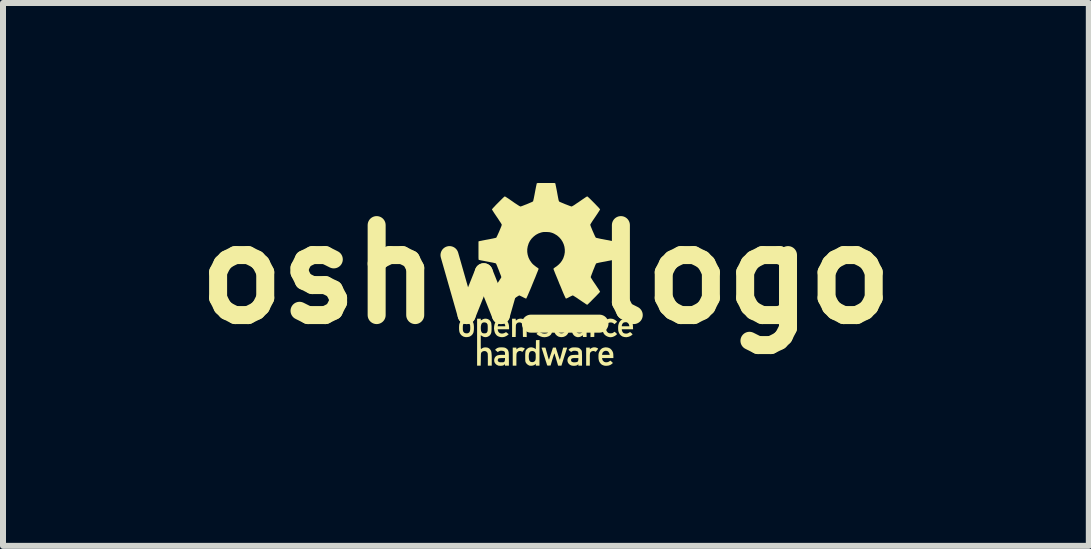
<source format=kicad_pcb>
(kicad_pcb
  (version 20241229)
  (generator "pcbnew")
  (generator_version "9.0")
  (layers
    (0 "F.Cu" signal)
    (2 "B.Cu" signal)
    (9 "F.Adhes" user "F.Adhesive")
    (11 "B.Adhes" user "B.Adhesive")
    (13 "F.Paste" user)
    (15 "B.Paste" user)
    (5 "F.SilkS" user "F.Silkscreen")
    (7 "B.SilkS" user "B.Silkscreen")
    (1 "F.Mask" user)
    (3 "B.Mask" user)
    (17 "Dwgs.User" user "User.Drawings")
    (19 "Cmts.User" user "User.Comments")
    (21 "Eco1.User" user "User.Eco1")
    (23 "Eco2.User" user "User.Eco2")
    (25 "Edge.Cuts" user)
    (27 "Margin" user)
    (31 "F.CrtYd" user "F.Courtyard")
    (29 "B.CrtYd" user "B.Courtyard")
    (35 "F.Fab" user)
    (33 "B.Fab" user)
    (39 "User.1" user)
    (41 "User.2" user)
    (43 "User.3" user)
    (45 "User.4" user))
  (footprint "oshw_logo"
    (layer "F.Cu")
    (at 6.05 1.524)
    (property "Reference" "oshw_logo" (at 0 0 0) (layer "F.SilkS") (effects (font (size 1.5 1.5) (thickness 0.3))))
    (attr board_only exclude_from_pos_files exclude_from_bom)
    (fp_poly (pts (xy 0.847 1.223) (xy 0.868 1.234) (xy 0.87 1.237) (xy 0.868 1.242) (xy 0.863 1.251) (xy 0.852 1.264) (xy 0.852 1.265) (xy 0.83 1.291) (xy 0.815 1.283) (xy 0.796 1.277) (xy 0.777 1.278) (xy 0.759 1.285) (xy 0.744 1.298) (xy 0.738 1.307) (xy 0.736 1.312) (xy 0.735 1.318) (xy 0.734 1.326) (xy 0.733 1.338) (xy 0.732 1.353) (xy 0.732 1.374) (xy 0.732 1.401) (xy 0.732 1.421) (xy 0.732 1.521) (xy 0.701 1.521) (xy 0.671 1.521) (xy 0.671 1.37) (xy 0.671 1.22) (xy 0.701 1.22) (xy 0.732 1.22) (xy 0.732 1.233) (xy 0.732 1.247) (xy 0.744 1.237) (xy 0.768 1.223) (xy 0.794 1.216) (xy 0.821 1.216)) (stroke (width 0) (type solid)) (fill yes) (layer "F.SilkS"))
    (fp_poly (pts (xy 0.898 0.738) (xy 0.923 0.744) (xy 0.936 0.751) (xy 0.949 0.759) (xy 0.942 0.769) (xy 0.935 0.778) (xy 0.925 0.789) (xy 0.919 0.796) (xy 0.905 0.813) (xy 0.893 0.807) (xy 0.878 0.802) (xy 0.86 0.801) (xy 0.844 0.803) (xy 0.833 0.807) (xy 0.827 0.812) (xy 0.822 0.816) (xy 0.817 0.822) (xy 0.814 0.829) (xy 0.812 0.838) (xy 0.811 0.851) (xy 0.81 0.869) (xy 0.809 0.892) (xy 0.808 0.921) (xy 0.808 0.937) (xy 0.806 1.042) (xy 0.775 1.043) (xy 0.743 1.045) (xy 0.743 0.892) (xy 0.743 0.739) (xy 0.775 0.74) (xy 0.806 0.741) (xy 0.807 0.755) (xy 0.808 0.769) (xy 0.825 0.757) (xy 0.847 0.744) (xy 0.872 0.738)) (stroke (width 0) (type solid)) (fill yes) (layer "F.SilkS"))
    (fp_poly (pts (xy -0.379 1.222) (xy -0.371 1.225) (xy -0.36 1.231) (xy -0.353 1.235) (xy -0.351 1.238) (xy -0.353 1.242) (xy -0.359 1.25) (xy -0.368 1.261) (xy -0.372 1.266) (xy -0.393 1.292) (xy -0.405 1.284) (xy -0.423 1.277) (xy -0.442 1.277) (xy -0.46 1.283) (xy -0.475 1.295) (xy -0.483 1.307) (xy -0.486 1.313) (xy -0.488 1.318) (xy -0.489 1.325) (xy -0.49 1.333) (xy -0.491 1.345) (xy -0.491 1.361) (xy -0.492 1.382) (xy -0.492 1.409) (xy -0.492 1.422) (xy -0.492 1.521) (xy -0.522 1.521) (xy -0.553 1.521) (xy -0.553 1.37) (xy -0.553 1.22) (xy -0.522 1.22) (xy -0.492 1.22) (xy -0.492 1.235) (xy -0.492 1.251) (xy -0.476 1.238) (xy -0.455 1.224) (xy -0.43 1.217) (xy -0.405 1.216)) (stroke (width 0) (type solid)) (fill yes) (layer "F.SilkS"))
    (fp_poly (pts (xy 0.499 0.838) (xy 0.499 0.871) (xy 0.5 0.897) (xy 0.5 0.918) (xy 0.502 0.933) (xy 0.503 0.945) (xy 0.506 0.954) (xy 0.51 0.961) (xy 0.515 0.967) (xy 0.52 0.972) (xy 0.532 0.979) (xy 0.549 0.982) (xy 0.567 0.983) (xy 0.583 0.979) (xy 0.59 0.976) (xy 0.597 0.971) (xy 0.603 0.966) (xy 0.607 0.96) (xy 0.61 0.951) (xy 0.613 0.94) (xy 0.614 0.925) (xy 0.615 0.905) (xy 0.616 0.88) (xy 0.617 0.848) (xy 0.617 0.841) (xy 0.618 0.739) (xy 0.648 0.739) (xy 0.678 0.739) (xy 0.678 0.892) (xy 0.678 1.044) (xy 0.648 1.044) (xy 0.617 1.044) (xy 0.617 1.029) (xy 0.617 1.014) (xy 0.598 1.027) (xy 0.573 1.04) (xy 0.548 1.046) (xy 0.522 1.046) (xy 0.516 1.044) (xy 0.49 1.034) (xy 0.468 1.018) (xy 0.451 0.996) (xy 0.445 0.985) (xy 0.443 0.979) (xy 0.441 0.974) (xy 0.439 0.967) (xy 0.438 0.959) (xy 0.437 0.948) (xy 0.437 0.933) (xy 0.437 0.914) (xy 0.436 0.889) (xy 0.436 0.858) (xy 0.436 0.854) (xy 0.436 0.741) (xy 0.468 0.74) (xy 0.499 0.739)) (stroke (width 0) (type solid)) (fill yes) (layer "F.SilkS"))
    (fp_poly (pts (xy -0.389 0.742) (xy -0.384 0.744) (xy -0.365 0.756) (xy -0.347 0.773) (xy -0.333 0.793) (xy -0.331 0.797) (xy -0.329 0.803) (xy -0.326 0.809) (xy -0.325 0.816) (xy -0.324 0.825) (xy -0.323 0.836) (xy -0.322 0.851) (xy -0.322 0.87) (xy -0.321 0.896) (xy -0.321 0.927) (xy -0.321 0.931) (xy -0.32 1.045) (xy -0.351 1.043) (xy -0.383 1.042) (xy -0.385 0.939) (xy -0.386 0.908) (xy -0.386 0.884) (xy -0.387 0.865) (xy -0.388 0.851) (xy -0.389 0.841) (xy -0.39 0.834) (xy -0.392 0.829) (xy -0.394 0.825) (xy -0.406 0.811) (xy -0.422 0.803) (xy -0.442 0.8) (xy -0.462 0.803) (xy -0.478 0.81) (xy -0.49 0.823) (xy -0.492 0.826) (xy -0.495 0.83) (xy -0.497 0.835) (xy -0.499 0.841) (xy -0.5 0.849) (xy -0.501 0.86) (xy -0.501 0.874) (xy -0.502 0.894) (xy -0.502 0.92) (xy -0.502 0.942) (xy -0.504 1.044) (xy -0.534 1.044) (xy -0.564 1.044) (xy -0.564 0.892) (xy -0.564 0.739) (xy -0.534 0.739) (xy -0.503 0.739) (xy -0.503 0.755) (xy -0.502 0.765) (xy -0.499 0.769) (xy -0.494 0.766) (xy -0.488 0.76) (xy -0.473 0.75) (xy -0.454 0.742) (xy -0.432 0.738) (xy -0.41 0.738)) (stroke (width 0) (type solid)) (fill yes) (layer "F.SilkS"))
    (fp_poly (pts (xy 1.109 0.741) (xy 1.111 0.741) (xy 1.135 0.75) (xy 1.158 0.763) (xy 1.176 0.778) (xy 1.178 0.78) (xy 1.187 0.79) (xy 1.165 0.81) (xy 1.142 0.83) (xy 1.131 0.819) (xy 1.115 0.808) (xy 1.094 0.802) (xy 1.071 0.801) (xy 1.048 0.806) (xy 1.03 0.816) (xy 1.016 0.833) (xy 1.013 0.838) (xy 1.009 0.849) (xy 1.006 0.86) (xy 1.005 0.874) (xy 1.005 0.892) (xy 1.005 0.91) (xy 1.006 0.923) (xy 1.008 0.934) (xy 1.012 0.943) (xy 1.014 0.947) (xy 1.026 0.964) (xy 1.042 0.976) (xy 1.062 0.982) (xy 1.083 0.982) (xy 1.099 0.981) (xy 1.111 0.978) (xy 1.121 0.972) (xy 1.126 0.969) (xy 1.144 0.956) (xy 1.158 0.967) (xy 1.168 0.976) (xy 1.177 0.984) (xy 1.179 0.987) (xy 1.184 0.993) (xy 1.184 0.997) (xy 1.179 1.003) (xy 1.164 1.016) (xy 1.144 1.029) (xy 1.123 1.038) (xy 1.116 1.041) (xy 1.093 1.046) (xy 1.072 1.047) (xy 1.05 1.044) (xy 1.023 1.035) (xy 0.998 1.021) (xy 0.977 1.003) (xy 0.961 0.981) (xy 0.96 0.979) (xy 0.95 0.952) (xy 0.944 0.921) (xy 0.942 0.888) (xy 0.945 0.856) (xy 0.952 0.825) (xy 0.96 0.805) (xy 0.976 0.782) (xy 0.997 0.763) (xy 1.022 0.749) (xy 1.05 0.74) (xy 1.08 0.737)) (stroke (width 0) (type solid)) (fill yes) (layer "F.SilkS"))
    (fp_poly (pts (xy -0.722 0.739) (xy -0.694 0.746) (xy -0.669 0.759) (xy -0.655 0.769) (xy -0.638 0.789) (xy -0.625 0.816) (xy -0.617 0.847) (xy -0.614 0.884) (xy -0.614 0.889) (xy -0.614 0.915) (xy -0.709 0.915) (xy -0.804 0.915) (xy -0.802 0.929) (xy -0.795 0.951) (xy -0.783 0.968) (xy -0.768 0.979) (xy -0.746 0.986) (xy -0.722 0.986) (xy -0.697 0.98) (xy -0.674 0.968) (xy -0.673 0.966) (xy -0.668 0.964) (xy -0.664 0.964) (xy -0.657 0.967) (xy -0.648 0.975) (xy -0.643 0.979) (xy -0.62 0.997) (xy -0.638 1.013) (xy -0.661 1.028) (xy -0.688 1.04) (xy -0.717 1.046) (xy -0.746 1.046) (xy -0.769 1.042) (xy -0.79 1.035) (xy -0.806 1.027) (xy -0.819 1.017) (xy -0.825 1.011) (xy -0.842 0.989) (xy -0.854 0.963) (xy -0.861 0.933) (xy -0.865 0.901) (xy -0.863 0.869) (xy -0.863 0.865) (xy -0.804 0.865) (xy -0.741 0.865) (xy -0.678 0.865) (xy -0.678 0.854) (xy -0.681 0.84) (xy -0.689 0.824) (xy -0.7 0.811) (xy -0.709 0.804) (xy -0.726 0.798) (xy -0.746 0.797) (xy -0.764 0.8) (xy -0.774 0.805) (xy -0.788 0.818) (xy -0.797 0.837) (xy -0.802 0.853) (xy -0.804 0.865) (xy -0.863 0.865) (xy -0.858 0.838) (xy -0.848 0.809) (xy -0.834 0.784) (xy -0.824 0.771) (xy -0.802 0.754) (xy -0.777 0.743) (xy -0.75 0.738)) (stroke (width 0) (type solid)) (fill yes) (layer "F.SilkS"))
    (fp_poly (pts (xy -1.299 0.739) (xy -1.293 0.741) (xy -1.264 0.752) (xy -1.239 0.768) (xy -1.22 0.79) (xy -1.21 0.81) (xy -1.205 0.826) (xy -1.202 0.848) (xy -1.2 0.873) (xy -1.2 0.9) (xy -1.201 0.926) (xy -1.204 0.949) (xy -1.208 0.968) (xy -1.21 0.974) (xy -1.223 0.998) (xy -1.242 1.018) (xy -1.265 1.033) (xy -1.28 1.04) (xy -1.303 1.044) (xy -1.328 1.046) (xy -1.349 1.044) (xy -1.377 1.036) (xy -1.402 1.02) (xy -1.411 1.012) (xy -1.425 0.995) (xy -1.436 0.976) (xy -1.443 0.953) (xy -1.447 0.925) (xy -1.448 0.892) (xy -1.385 0.892) (xy -1.385 0.917) (xy -1.383 0.935) (xy -1.379 0.949) (xy -1.373 0.96) (xy -1.365 0.969) (xy -1.357 0.975) (xy -1.341 0.981) (xy -1.322 0.983) (xy -1.303 0.981) (xy -1.292 0.977) (xy -1.28 0.968) (xy -1.271 0.957) (xy -1.266 0.941) (xy -1.262 0.92) (xy -1.261 0.893) (xy -1.261 0.892) (xy -1.262 0.872) (xy -1.262 0.857) (xy -1.264 0.847) (xy -1.267 0.838) (xy -1.27 0.831) (xy -1.282 0.815) (xy -1.298 0.805) (xy -1.316 0.8) (xy -1.334 0.801) (xy -1.352 0.807) (xy -1.368 0.818) (xy -1.377 0.831) (xy -1.381 0.837) (xy -1.383 0.845) (xy -1.384 0.855) (xy -1.385 0.869) (xy -1.385 0.89) (xy -1.385 0.892) (xy -1.448 0.892) (xy -1.447 0.859) (xy -1.444 0.833) (xy -1.437 0.811) (xy -1.428 0.793) (xy -1.414 0.776) (xy -1.409 0.771) (xy -1.385 0.753) (xy -1.358 0.741) (xy -1.329 0.737)) (stroke (width 0) (type solid)) (fill yes) (layer "F.SilkS"))
    (fp_poly (pts (xy 0.283 0.739) (xy 0.309 0.747) (xy 0.335 0.762) (xy 0.345 0.77) (xy 0.36 0.786) (xy 0.371 0.804) (xy 0.378 0.824) (xy 0.383 0.849) (xy 0.385 0.879) (xy 0.385 0.892) (xy 0.384 0.924) (xy 0.38 0.951) (xy 0.374 0.972) (xy 0.364 0.991) (xy 0.351 1.008) (xy 0.346 1.013) (xy 0.323 1.03) (xy 0.296 1.041) (xy 0.266 1.046) (xy 0.235 1.044) (xy 0.207 1.036) (xy 0.183 1.021) (xy 0.162 1) (xy 0.148 0.977) (xy 0.143 0.96) (xy 0.139 0.937) (xy 0.137 0.91) (xy 0.136 0.892) (xy 0.198 0.892) (xy 0.199 0.919) (xy 0.202 0.941) (xy 0.208 0.956) (xy 0.216 0.968) (xy 0.228 0.976) (xy 0.229 0.977) (xy 0.246 0.982) (xy 0.266 0.983) (xy 0.284 0.979) (xy 0.294 0.975) (xy 0.305 0.966) (xy 0.312 0.957) (xy 0.317 0.945) (xy 0.32 0.93) (xy 0.322 0.909) (xy 0.322 0.892) (xy 0.322 0.871) (xy 0.321 0.856) (xy 0.32 0.846) (xy 0.318 0.838) (xy 0.315 0.831) (xy 0.314 0.831) (xy 0.3 0.814) (xy 0.283 0.804) (xy 0.262 0.8) (xy 0.261 0.8) (xy 0.239 0.803) (xy 0.222 0.812) (xy 0.209 0.826) (xy 0.207 0.831) (xy 0.203 0.839) (xy 0.2 0.848) (xy 0.199 0.859) (xy 0.198 0.874) (xy 0.198 0.892) (xy 0.136 0.892) (xy 0.136 0.883) (xy 0.137 0.856) (xy 0.141 0.832) (xy 0.145 0.813) (xy 0.147 0.809) (xy 0.161 0.785) (xy 0.18 0.765) (xy 0.203 0.75) (xy 0.228 0.741) (xy 0.255 0.737)) (stroke (width 0) (type solid)) (fill yes) (layer "F.SilkS"))
    (fp_poly (pts (xy 1.023 1.218) (xy 1.052 1.226) (xy 1.076 1.24) (xy 1.096 1.261) (xy 1.11 1.283) (xy 1.115 1.295) (xy 1.119 1.305) (xy 1.121 1.316) (xy 1.123 1.329) (xy 1.124 1.348) (xy 1.124 1.352) (xy 1.125 1.395) (xy 1.031 1.395) (xy 0.936 1.395) (xy 0.939 1.411) (xy 0.945 1.43) (xy 0.957 1.446) (xy 0.974 1.459) (xy 0.995 1.465) (xy 1.012 1.465) (xy 1.031 1.462) (xy 1.049 1.455) (xy 1.062 1.446) (xy 1.074 1.437) (xy 1.094 1.454) (xy 1.104 1.464) (xy 1.112 1.471) (xy 1.116 1.475) (xy 1.116 1.475) (xy 1.114 1.479) (xy 1.107 1.486) (xy 1.096 1.495) (xy 1.084 1.503) (xy 1.071 1.511) (xy 1.067 1.512) (xy 1.048 1.519) (xy 1.025 1.522) (xy 1.002 1.524) (xy 0.98 1.522) (xy 0.966 1.519) (xy 0.942 1.51) (xy 0.923 1.498) (xy 0.908 1.482) (xy 0.896 1.465) (xy 0.887 1.448) (xy 0.881 1.427) (xy 0.877 1.402) (xy 0.876 1.372) (xy 0.876 1.37) (xy 0.876 1.349) (xy 0.877 1.341) (xy 0.936 1.341) (xy 1 1.341) (xy 1.063 1.341) (xy 1.061 1.329) (xy 1.053 1.307) (xy 1.041 1.289) (xy 1.025 1.278) (xy 1.005 1.274) (xy 0.994 1.274) (xy 0.973 1.279) (xy 0.956 1.291) (xy 0.944 1.307) (xy 0.939 1.326) (xy 0.936 1.341) (xy 0.877 1.341) (xy 0.877 1.333) (xy 0.879 1.32) (xy 0.883 1.307) (xy 0.885 1.3) (xy 0.899 1.271) (xy 0.916 1.248) (xy 0.938 1.231) (xy 0.964 1.221) (xy 0.991 1.216)) (stroke (width 0) (type solid)) (fill yes) (layer "F.SilkS"))
    (fp_poly (pts (xy 1.346 0.739) (xy 1.377 0.747) (xy 1.381 0.748) (xy 1.397 0.758) (xy 1.413 0.772) (xy 1.428 0.789) (xy 1.439 0.806) (xy 1.441 0.809) (xy 1.445 0.82) (xy 1.448 0.833) (xy 1.45 0.848) (xy 1.451 0.869) (xy 1.451 0.872) (xy 1.453 0.915) (xy 1.359 0.915) (xy 1.265 0.915) (xy 1.265 0.925) (xy 1.268 0.938) (xy 1.274 0.953) (xy 1.283 0.967) (xy 1.293 0.977) (xy 1.305 0.982) (xy 1.321 0.986) (xy 1.339 0.987) (xy 1.356 0.985) (xy 1.362 0.983) (xy 1.374 0.978) (xy 1.387 0.971) (xy 1.389 0.97) (xy 1.403 0.96) (xy 1.424 0.978) (xy 1.434 0.987) (xy 1.441 0.994) (xy 1.444 0.999) (xy 1.444 0.999) (xy 1.442 1.003) (xy 1.435 1.009) (xy 1.431 1.013) (xy 1.403 1.031) (xy 1.372 1.042) (xy 1.34 1.047) (xy 1.307 1.044) (xy 1.305 1.044) (xy 1.276 1.035) (xy 1.251 1.019) (xy 1.231 0.998) (xy 1.216 0.971) (xy 1.208 0.947) (xy 1.205 0.926) (xy 1.204 0.9) (xy 1.204 0.873) (xy 1.206 0.855) (xy 1.265 0.855) (xy 1.265 0.865) (xy 1.328 0.865) (xy 1.391 0.865) (xy 1.389 0.851) (xy 1.382 0.829) (xy 1.368 0.811) (xy 1.36 0.805) (xy 1.351 0.8) (xy 1.342 0.797) (xy 1.329 0.797) (xy 1.324 0.797) (xy 1.305 0.8) (xy 1.291 0.806) (xy 1.291 0.806) (xy 1.281 0.816) (xy 1.272 0.831) (xy 1.267 0.846) (xy 1.265 0.855) (xy 1.206 0.855) (xy 1.207 0.847) (xy 1.212 0.826) (xy 1.224 0.797) (xy 1.242 0.773) (xy 1.264 0.755) (xy 1.289 0.743) (xy 1.317 0.738)) (stroke (width 0) (type solid)) (fill yes) (layer "F.SilkS"))
    (fp_poly (pts (xy -0.107 1.307) (xy -0.107 1.521) (xy -0.137 1.521) (xy -0.168 1.521) (xy -0.168 1.507) (xy -0.169 1.497) (xy -0.172 1.494) (xy -0.178 1.499) (xy -0.179 1.5) (xy -0.192 1.51) (xy -0.209 1.517) (xy -0.23 1.522) (xy -0.251 1.523) (xy -0.272 1.521) (xy -0.281 1.518) (xy -0.301 1.507) (xy -0.32 1.491) (xy -0.334 1.472) (xy -0.336 1.468) (xy -0.339 1.462) (xy -0.341 1.455) (xy -0.343 1.448) (xy -0.344 1.438) (xy -0.344 1.425) (xy -0.345 1.407) (xy -0.345 1.383) (xy -0.345 1.372) (xy -0.345 1.368) (xy -0.286 1.368) (xy -0.284 1.399) (xy -0.28 1.422) (xy -0.273 1.44) (xy -0.263 1.452) (xy -0.251 1.459) (xy -0.231 1.463) (xy -0.212 1.461) (xy -0.2 1.456) (xy -0.189 1.449) (xy -0.181 1.44) (xy -0.175 1.428) (xy -0.172 1.412) (xy -0.17 1.391) (xy -0.17 1.368) (xy -0.17 1.347) (xy -0.17 1.332) (xy -0.172 1.321) (xy -0.174 1.313) (xy -0.177 1.305) (xy -0.189 1.29) (xy -0.205 1.281) (xy -0.225 1.277) (xy -0.232 1.278) (xy -0.25 1.281) (xy -0.264 1.289) (xy -0.274 1.302) (xy -0.281 1.32) (xy -0.285 1.345) (xy -0.286 1.368) (xy -0.345 1.368) (xy -0.345 1.341) (xy -0.344 1.316) (xy -0.342 1.297) (xy -0.34 1.282) (xy -0.336 1.27) (xy -0.33 1.26) (xy -0.322 1.251) (xy -0.313 1.241) (xy -0.293 1.227) (xy -0.273 1.219) (xy -0.249 1.216) (xy -0.243 1.216) (xy -0.227 1.218) (xy -0.209 1.223) (xy -0.193 1.23) (xy -0.181 1.238) (xy -0.18 1.24) (xy -0.174 1.245) (xy -0.171 1.246) (xy -0.17 1.243) (xy -0.169 1.232) (xy -0.168 1.217) (xy -0.167 1.197) (xy -0.167 1.175) (xy -0.167 1.171) (xy -0.166 1.096) (xy -0.136 1.095) (xy -0.107 1.093)) (stroke (width 0) (type solid)) (fill yes) (layer "F.SilkS"))
    (fp_poly (pts (xy -0.007 0.738) (xy 0.015 0.741) (xy 0.035 0.746) (xy 0.049 0.751) (xy 0.063 0.758) (xy 0.076 0.766) (xy 0.086 0.772) (xy 0.091 0.778) (xy 0.091 0.779) (xy 0.089 0.783) (xy 0.083 0.791) (xy 0.075 0.802) (xy 0.074 0.802) (xy 0.057 0.822) (xy 0.034 0.81) (xy 0.013 0.802) (xy -0.009 0.797) (xy -0.028 0.796) (xy -0.046 0.799) (xy -0.061 0.805) (xy -0.071 0.814) (xy -0.075 0.825) (xy -0.075 0.836) (xy -0.07 0.845) (xy -0.059 0.852) (xy -0.042 0.857) (xy -0.023 0.859) (xy 0.009 0.863) (xy 0.034 0.867) (xy 0.053 0.873) (xy 0.068 0.881) (xy 0.08 0.891) (xy 0.089 0.905) (xy 0.091 0.908) (xy 0.098 0.927) (xy 0.1 0.95) (xy 0.099 0.971) (xy 0.093 0.988) (xy 0.08 1.007) (xy 0.061 1.023) (xy 0.038 1.035) (xy 0.011 1.043) (xy -0.019 1.047) (xy -0.05 1.045) (xy -0.057 1.044) (xy -0.072 1.04) (xy -0.09 1.034) (xy -0.102 1.029) (xy -0.117 1.021) (xy -0.131 1.013) (xy -0.143 1.004) (xy -0.152 0.997) (xy -0.156 0.991) (xy -0.156 0.991) (xy -0.154 0.987) (xy -0.146 0.98) (xy -0.136 0.971) (xy -0.135 0.97) (xy -0.114 0.952) (xy -0.097 0.964) (xy -0.074 0.977) (xy -0.051 0.985) (xy -0.023 0.987) (xy -0.022 0.987) (xy 0.002 0.985) (xy 0.021 0.98) (xy 0.032 0.971) (xy 0.037 0.958) (xy 0.037 0.948) (xy 0.035 0.939) (xy 0.03 0.932) (xy 0.02 0.927) (xy 0.005 0.923) (xy -0.016 0.92) (xy -0.026 0.919) (xy -0.057 0.915) (xy -0.082 0.908) (xy -0.102 0.9) (xy -0.116 0.888) (xy -0.127 0.873) (xy -0.13 0.867) (xy -0.134 0.853) (xy -0.137 0.838) (xy -0.137 0.833) (xy -0.134 0.806) (xy -0.125 0.783) (xy -0.109 0.764) (xy -0.088 0.75) (xy -0.06 0.741) (xy -0.043 0.737) (xy -0.027 0.737)) (stroke (width 0) (type solid)) (fill yes) (layer "F.SilkS"))
    (fp_poly (pts (xy -0.731 1.216) (xy -0.712 1.217) (xy -0.698 1.219) (xy -0.687 1.221) (xy -0.676 1.225) (xy -0.668 1.229) (xy -0.648 1.243) (xy -0.634 1.259) (xy -0.625 1.281) (xy -0.621 1.296) (xy -0.62 1.306) (xy -0.619 1.323) (xy -0.618 1.345) (xy -0.618 1.371) (xy -0.618 1.398) (xy -0.617 1.421) (xy -0.617 1.521) (xy -0.65 1.521) (xy -0.682 1.521) (xy -0.682 1.508) (xy -0.682 1.496) (xy -0.691 1.504) (xy -0.707 1.516) (xy -0.729 1.522) (xy -0.755 1.524) (xy -0.771 1.523) (xy -0.787 1.522) (xy -0.797 1.519) (xy -0.822 1.507) (xy -0.841 1.49) (xy -0.855 1.469) (xy -0.862 1.446) (xy -0.862 1.435) (xy -0.803 1.435) (xy -0.798 1.448) (xy -0.787 1.458) (xy -0.772 1.464) (xy -0.76 1.465) (xy -0.744 1.465) (xy -0.727 1.465) (xy -0.712 1.464) (xy -0.701 1.462) (xy -0.699 1.461) (xy -0.691 1.454) (xy -0.686 1.441) (xy -0.683 1.424) (xy -0.682 1.416) (xy -0.682 1.394) (xy -0.734 1.395) (xy -0.755 1.396) (xy -0.769 1.397) (xy -0.779 1.398) (xy -0.785 1.399) (xy -0.79 1.402) (xy -0.794 1.406) (xy -0.795 1.407) (xy -0.802 1.421) (xy -0.803 1.435) (xy -0.862 1.435) (xy -0.862 1.42) (xy -0.861 1.416) (xy -0.855 1.394) (xy -0.845 1.377) (xy -0.833 1.365) (xy -0.82 1.356) (xy -0.805 1.349) (xy -0.786 1.345) (xy -0.762 1.342) (xy -0.732 1.341) (xy -0.731 1.341) (xy -0.682 1.341) (xy -0.682 1.319) (xy -0.683 1.303) (xy -0.687 1.292) (xy -0.689 1.289) (xy -0.701 1.28) (xy -0.718 1.275) (xy -0.737 1.273) (xy -0.757 1.273) (xy -0.775 1.278) (xy -0.789 1.285) (xy -0.791 1.287) (xy -0.801 1.296) (xy -0.823 1.278) (xy -0.834 1.269) (xy -0.842 1.262) (xy -0.846 1.258) (xy -0.846 1.257) (xy -0.843 1.253) (xy -0.836 1.246) (xy -0.83 1.241) (xy -0.814 1.229) (xy -0.796 1.222) (xy -0.775 1.217) (xy -0.748 1.216)) (stroke (width 0) (type solid)) (fill yes) (layer "F.SilkS"))
    (fp_poly (pts (xy 0.513 1.218) (xy 0.533 1.221) (xy 0.542 1.223) (xy 0.557 1.23) (xy 0.571 1.242) (xy 0.585 1.256) (xy 0.595 1.27) (xy 0.598 1.279) (xy 0.599 1.287) (xy 0.6 1.303) (xy 0.601 1.325) (xy 0.602 1.353) (xy 0.602 1.386) (xy 0.602 1.407) (xy 0.602 1.521) (xy 0.572 1.521) (xy 0.541 1.521) (xy 0.541 1.509) (xy 0.541 1.497) (xy 0.53 1.507) (xy 0.518 1.514) (xy 0.505 1.52) (xy 0.504 1.52) (xy 0.485 1.523) (xy 0.463 1.524) (xy 0.441 1.522) (xy 0.422 1.518) (xy 0.422 1.518) (xy 0.399 1.506) (xy 0.381 1.49) (xy 0.368 1.471) (xy 0.361 1.45) (xy 0.359 1.43) (xy 0.419 1.43) (xy 0.422 1.445) (xy 0.431 1.456) (xy 0.443 1.461) (xy 0.454 1.464) (xy 0.459 1.465) (xy 0.47 1.466) (xy 0.484 1.465) (xy 0.5 1.464) (xy 0.514 1.461) (xy 0.524 1.458) (xy 0.525 1.457) (xy 0.534 1.448) (xy 0.539 1.434) (xy 0.541 1.414) (xy 0.541 1.414) (xy 0.541 1.395) (xy 0.493 1.395) (xy 0.467 1.395) (xy 0.448 1.397) (xy 0.435 1.401) (xy 0.426 1.407) (xy 0.421 1.415) (xy 0.419 1.427) (xy 0.419 1.43) (xy 0.359 1.43) (xy 0.359 1.428) (xy 0.363 1.406) (xy 0.372 1.385) (xy 0.387 1.368) (xy 0.408 1.353) (xy 0.412 1.351) (xy 0.42 1.348) (xy 0.429 1.346) (xy 0.441 1.344) (xy 0.457 1.343) (xy 0.479 1.342) (xy 0.485 1.342) (xy 0.541 1.341) (xy 0.541 1.321) (xy 0.54 1.308) (xy 0.538 1.296) (xy 0.536 1.292) (xy 0.528 1.284) (xy 0.514 1.278) (xy 0.497 1.274) (xy 0.478 1.273) (xy 0.46 1.274) (xy 0.444 1.279) (xy 0.431 1.286) (xy 0.429 1.288) (xy 0.425 1.292) (xy 0.421 1.293) (xy 0.416 1.29) (xy 0.408 1.284) (xy 0.4 1.278) (xy 0.389 1.269) (xy 0.381 1.262) (xy 0.377 1.258) (xy 0.377 1.258) (xy 0.38 1.252) (xy 0.389 1.244) (xy 0.4 1.235) (xy 0.413 1.228) (xy 0.426 1.222) (xy 0.429 1.221) (xy 0.445 1.218) (xy 0.467 1.217) (xy 0.49 1.217)) (stroke (width 0) (type solid)) (fill yes) (layer "F.SilkS"))
    (fp_poly (pts (xy 0.197 1.322) (xy 0.205 1.348) (xy 0.213 1.372) (xy 0.22 1.392) (xy 0.226 1.408) (xy 0.23 1.419) (xy 0.232 1.423) (xy 0.232 1.423) (xy 0.234 1.419) (xy 0.237 1.408) (xy 0.242 1.393) (xy 0.247 1.372) (xy 0.254 1.348) (xy 0.261 1.322) (xy 0.261 1.321) (xy 0.288 1.221) (xy 0.322 1.22) (xy 0.338 1.22) (xy 0.347 1.22) (xy 0.352 1.221) (xy 0.353 1.223) (xy 0.352 1.227) (xy 0.352 1.228) (xy 0.35 1.236) (xy 0.345 1.25) (xy 0.339 1.269) (xy 0.332 1.293) (xy 0.323 1.319) (xy 0.314 1.347) (xy 0.305 1.375) (xy 0.296 1.403) (xy 0.288 1.43) (xy 0.282 1.449) (xy 0.259 1.521) (xy 0.231 1.521) (xy 0.203 1.521) (xy 0.173 1.419) (xy 0.166 1.393) (xy 0.158 1.369) (xy 0.152 1.348) (xy 0.147 1.332) (xy 0.143 1.321) (xy 0.141 1.317) (xy 0.141 1.317) (xy 0.139 1.32) (xy 0.136 1.329) (xy 0.131 1.344) (xy 0.125 1.364) (xy 0.117 1.387) (xy 0.11 1.413) (xy 0.108 1.417) (xy 0.078 1.519) (xy 0.05 1.52) (xy 0.034 1.52) (xy 0.025 1.519) (xy 0.021 1.516) (xy 0.021 1.516) (xy 0.019 1.51) (xy 0.015 1.498) (xy 0.01 1.481) (xy 0.003 1.46) (xy -0.005 1.436) (xy -0.013 1.409) (xy -0.022 1.381) (xy -0.031 1.353) (xy -0.04 1.325) (xy -0.048 1.298) (xy -0.056 1.275) (xy -0.062 1.254) (xy -0.068 1.238) (xy -0.071 1.227) (xy -0.072 1.222) (xy -0.072 1.222) (xy -0.069 1.221) (xy -0.06 1.22) (xy -0.046 1.22) (xy -0.04 1.22) (xy -0.024 1.22) (xy -0.015 1.22) (xy -0.009 1.222) (xy -0.007 1.225) (xy -0.005 1.229) (xy -0.004 1.235) (xy -0.000396 1.248) (xy 0.004 1.265) (xy 0.01 1.287) (xy 0.017 1.311) (xy 0.023 1.333) (xy 0.031 1.363) (xy 0.038 1.387) (xy 0.043 1.404) (xy 0.047 1.414) (xy 0.05 1.42) (xy 0.052 1.42) (xy 0.052 1.42) (xy 0.054 1.414) (xy 0.058 1.402) (xy 0.063 1.385) (xy 0.07 1.364) (xy 0.078 1.34) (xy 0.086 1.317) (xy 0.117 1.221) (xy 0.14 1.22) (xy 0.164 1.219)) (stroke (width 0) (type solid)) (fill yes) (layer "F.SilkS"))
    (fp_poly (pts (xy -0.992 0.739) (xy -0.968 0.745) (xy -0.947 0.757) (xy -0.929 0.774) (xy -0.916 0.796) (xy -0.912 0.807) (xy -0.91 0.821) (xy -0.908 0.841) (xy -0.906 0.865) (xy -0.906 0.89) (xy -0.906 0.916) (xy -0.907 0.94) (xy -0.909 0.96) (xy -0.912 0.975) (xy -0.912 0.976) (xy -0.923 1) (xy -0.939 1.02) (xy -0.96 1.034) (xy -0.983 1.044) (xy -1.009 1.046) (xy -1.028 1.044) (xy -1.041 1.04) (xy -1.057 1.032) (xy -1.066 1.027) (xy -1.086 1.014) (xy -1.086 1.13) (xy -1.086 1.164) (xy -1.086 1.191) (xy -1.086 1.212) (xy -1.085 1.227) (xy -1.084 1.237) (xy -1.083 1.242) (xy -1.082 1.244) (xy -1.081 1.244) (xy -1.075 1.24) (xy -1.066 1.234) (xy -1.065 1.233) (xy -1.045 1.222) (xy -1.021 1.217) (xy -0.999 1.217) (xy -0.976 1.22) (xy -0.958 1.227) (xy -0.942 1.238) (xy -0.936 1.245) (xy -0.927 1.254) (xy -0.921 1.264) (xy -0.915 1.275) (xy -0.911 1.288) (xy -0.908 1.304) (xy -0.906 1.325) (xy -0.904 1.349) (xy -0.903 1.38) (xy -0.903 1.417) (xy -0.903 1.424) (xy -0.903 1.521) (xy -0.936 1.521) (xy -0.968 1.521) (xy -0.968 1.42) (xy -0.968 1.39) (xy -0.968 1.366) (xy -0.969 1.347) (xy -0.969 1.334) (xy -0.97 1.324) (xy -0.971 1.317) (xy -0.973 1.311) (xy -0.975 1.307) (xy -0.987 1.291) (xy -1.003 1.281) (xy -1.019 1.278) (xy -1.04 1.279) (xy -1.058 1.286) (xy -1.073 1.299) (xy -1.076 1.303) (xy -1.078 1.307) (xy -1.08 1.312) (xy -1.082 1.318) (xy -1.083 1.326) (xy -1.084 1.338) (xy -1.084 1.353) (xy -1.085 1.374) (xy -1.085 1.401) (xy -1.085 1.419) (xy -1.087 1.521) (xy -1.117 1.521) (xy -1.147 1.521) (xy -1.147 1.13) (xy -1.147 0.909) (xy -1.085 0.909) (xy -1.082 0.936) (xy -1.075 0.958) (xy -1.064 0.973) (xy -1.055 0.978) (xy -1.043 0.982) (xy -1.026 0.983) (xy -1.01 0.982) (xy -0.996 0.978) (xy -0.994 0.977) (xy -0.985 0.97) (xy -0.979 0.961) (xy -0.974 0.95) (xy -0.971 0.934) (xy -0.97 0.912) (xy -0.97 0.892) (xy -0.97 0.869) (xy -0.971 0.853) (xy -0.972 0.841) (xy -0.974 0.832) (xy -0.977 0.827) (xy -0.987 0.812) (xy -1.002 0.804) (xy -1.022 0.8) (xy -1.026 0.8) (xy -1.045 0.802) (xy -1.061 0.809) (xy -1.072 0.821) (xy -1.079 0.839) (xy -1.084 0.863) (xy -1.085 0.876) (xy -1.085 0.909) (xy -1.147 0.909) (xy -1.147 0.739) (xy -1.117 0.739) (xy -1.086 0.739) (xy -1.086 0.754) (xy -1.086 0.769) (xy -1.067 0.757) (xy -1.043 0.744) (xy -1.017 0.738)) (stroke (width 0) (type solid)) (fill yes) (layer "F.SilkS"))
    (fp_poly (pts (xy 0.04 -1.524) (xy 0.071 -1.524) (xy 0.095 -1.524) (xy 0.115 -1.524) (xy 0.129 -1.524) (xy 0.14 -1.523) (xy 0.147 -1.522) (xy 0.151 -1.521) (xy 0.154 -1.52) (xy 0.156 -1.518) (xy 0.156 -1.517) (xy 0.158 -1.511) (xy 0.161 -1.499) (xy 0.164 -1.482) (xy 0.169 -1.459) (xy 0.174 -1.433) (xy 0.18 -1.404) (xy 0.185 -1.377) (xy 0.192 -1.338) (xy 0.198 -1.306) (xy 0.203 -1.28) (xy 0.207 -1.26) (xy 0.21 -1.244) (xy 0.213 -1.233) (xy 0.216 -1.224) (xy 0.219 -1.219) (xy 0.221 -1.215) (xy 0.224 -1.213) (xy 0.227 -1.211) (xy 0.228 -1.21) (xy 0.238 -1.206) (xy 0.254 -1.199) (xy 0.273 -1.191) (xy 0.295 -1.182) (xy 0.318 -1.172) (xy 0.342 -1.163) (xy 0.365 -1.154) (xy 0.386 -1.146) (xy 0.404 -1.139) (xy 0.418 -1.135) (xy 0.426 -1.132) (xy 0.428 -1.132) (xy 0.434 -1.134) (xy 0.445 -1.14) (xy 0.461 -1.149) (xy 0.483 -1.163) (xy 0.51 -1.182) (xy 0.544 -1.204) (xy 0.555 -1.212) (xy 0.587 -1.234) (xy 0.613 -1.252) (xy 0.634 -1.266) (xy 0.65 -1.277) (xy 0.663 -1.286) (xy 0.673 -1.292) (xy 0.68 -1.296) (xy 0.684 -1.298) (xy 0.688 -1.299) (xy 0.69 -1.299) (xy 0.692 -1.298) (xy 0.693 -1.298) (xy 0.698 -1.294) (xy 0.707 -1.286) (xy 0.72 -1.274) (xy 0.736 -1.259) (xy 0.754 -1.241) (xy 0.774 -1.221) (xy 0.794 -1.201) (xy 0.815 -1.18) (xy 0.835 -1.159) (xy 0.854 -1.139) (xy 0.871 -1.122) (xy 0.885 -1.106) (xy 0.895 -1.094) (xy 0.902 -1.087) (xy 0.903 -1.084) (xy 0.901 -1.079) (xy 0.895 -1.069) (xy 0.886 -1.054) (xy 0.873 -1.034) (xy 0.859 -1.012) (xy 0.842 -0.987) (xy 0.824 -0.96) (xy 0.821 -0.956) (xy 0.798 -0.922) (xy 0.778 -0.893) (xy 0.763 -0.869) (xy 0.751 -0.85) (xy 0.743 -0.836) (xy 0.74 -0.829) (xy 0.739 -0.828) (xy 0.741 -0.821) (xy 0.745 -0.809) (xy 0.751 -0.792) (xy 0.76 -0.771) (xy 0.769 -0.749) (xy 0.779 -0.724) (xy 0.79 -0.7) (xy 0.8 -0.677) (xy 0.81 -0.655) (xy 0.818 -0.637) (xy 0.826 -0.623) (xy 0.831 -0.614) (xy 0.833 -0.611) (xy 0.838 -0.61) (xy 0.85 -0.607) (xy 0.868 -0.603) (xy 0.89 -0.598) (xy 0.917 -0.592) (xy 0.946 -0.587) (xy 0.976 -0.581) (xy 1.007 -0.575) (xy 1.036 -0.57) (xy 1.063 -0.565) (xy 1.085 -0.56) (xy 1.103 -0.557) (xy 1.114 -0.554) (xy 1.119 -0.553) (xy 1.128 -0.549) (xy 1.128 -0.397) (xy 1.128 -0.359) (xy 1.128 -0.327) (xy 1.128 -0.302) (xy 1.127 -0.283) (xy 1.127 -0.268) (xy 1.126 -0.258) (xy 1.126 -0.25) (xy 1.125 -0.246) (xy 1.123 -0.243) (xy 1.122 -0.242) (xy 1.121 -0.242) (xy 1.116 -0.241) (xy 1.104 -0.238) (xy 1.087 -0.234) (xy 1.065 -0.23) (xy 1.038 -0.225) (xy 1.009 -0.219) (xy 0.978 -0.213) (xy 0.939 -0.206) (xy 0.908 -0.2) (xy 0.883 -0.195) (xy 0.864 -0.19) (xy 0.851 -0.187) (xy 0.842 -0.184) (xy 0.837 -0.182) (xy 0.836 -0.181) (xy 0.833 -0.175) (xy 0.828 -0.163) (xy 0.82 -0.147) (xy 0.812 -0.126) (xy 0.803 -0.103) (xy 0.793 -0.079) (xy 0.783 -0.054) (xy 0.774 -0.029) (xy 0.765 -0.007) (xy 0.758 0.013) (xy 0.752 0.029) (xy 0.748 0.04) (xy 0.747 0.045) (xy 0.749 0.051) (xy 0.755 0.062) (xy 0.766 0.079) (xy 0.779 0.1) (xy 0.796 0.126) (xy 0.816 0.155) (xy 0.825 0.168) (xy 0.843 0.195) (xy 0.859 0.219) (xy 0.874 0.241) (xy 0.886 0.26) (xy 0.895 0.275) (xy 0.901 0.285) (xy 0.903 0.289) (xy 0.901 0.293) (xy 0.893 0.301) (xy 0.882 0.314) (xy 0.867 0.329) (xy 0.85 0.347) (xy 0.831 0.367) (xy 0.81 0.388) (xy 0.789 0.409) (xy 0.768 0.43) (xy 0.749 0.45) (xy 0.73 0.468) (xy 0.715 0.483) (xy 0.702 0.495) (xy 0.693 0.503) (xy 0.688 0.507) (xy 0.688 0.507) (xy 0.684 0.505) (xy 0.674 0.499) (xy 0.66 0.49) (xy 0.642 0.477) (xy 0.62 0.463) (xy 0.595 0.446) (xy 0.57 0.429) (xy 0.543 0.411) (xy 0.519 0.394) (xy 0.497 0.38) (xy 0.478 0.368) (xy 0.463 0.358) (xy 0.453 0.353) (xy 0.449 0.351) (xy 0.443 0.352) (xy 0.432 0.357) (xy 0.417 0.364) (xy 0.399 0.373) (xy 0.391 0.377) (xy 0.373 0.387) (xy 0.357 0.395) (xy 0.344 0.4) (xy 0.336 0.403) (xy 0.334 0.403) (xy 0.332 0.401) (xy 0.329 0.396) (xy 0.324 0.387) (xy 0.318 0.374) (xy 0.31 0.357) (xy 0.3 0.335) (xy 0.288 0.307) (xy 0.274 0.274) (xy 0.258 0.234) (xy 0.239 0.188) (xy 0.226 0.159) (xy 0.21 0.118) (xy 0.194 0.079) (xy 0.179 0.043) (xy 0.165 0.009) (xy 0.153 -0.02) (xy 0.143 -0.046) (xy 0.135 -0.066) (xy 0.129 -0.081) (xy 0.126 -0.09) (xy 0.126 -0.092) (xy 0.129 -0.099) (xy 0.139 -0.107) (xy 0.142 -0.11) (xy 0.183 -0.138) (xy 0.217 -0.167) (xy 0.245 -0.197) (xy 0.268 -0.229) (xy 0.287 -0.264) (xy 0.292 -0.276) (xy 0.307 -0.322) (xy 0.315 -0.369) (xy 0.315 -0.415) (xy 0.309 -0.46) (xy 0.296 -0.504) (xy 0.277 -0.545) (xy 0.252 -0.584) (xy 0.221 -0.619) (xy 0.185 -0.65) (xy 0.143 -0.675) (xy 0.138 -0.678) (xy 0.111 -0.69) (xy 0.085 -0.698) (xy 0.058 -0.704) (xy 0.026 -0.706) (xy 0.002 -0.707) (xy -0.022 -0.707) (xy -0.041 -0.706) (xy -0.056 -0.704) (xy -0.069 -0.701) (xy -0.081 -0.698) (xy -0.126 -0.682) (xy -0.168 -0.659) (xy -0.205 -0.63) (xy -0.238 -0.597) (xy -0.266 -0.559) (xy -0.287 -0.518) (xy -0.288 -0.515) (xy -0.303 -0.468) (xy -0.311 -0.421) (xy -0.311 -0.373) (xy -0.304 -0.327) (xy -0.29 -0.281) (xy -0.269 -0.238) (xy -0.241 -0.197) (xy -0.227 -0.18) (xy -0.212 -0.165) (xy -0.191 -0.148) (xy -0.167 -0.129) (xy -0.141 -0.111) (xy -0.138 -0.11) (xy -0.127 -0.101) (xy -0.122 -0.093) (xy -0.122 -0.092) (xy -0.123 -0.087) (xy -0.128 -0.076) (xy -0.134 -0.059) (xy -0.143 -0.037) (xy -0.154 -0.01) (xy -0.166 0.021) (xy -0.18 0.056) (xy -0.196 0.093) (xy -0.212 0.133) (xy -0.223 0.159) (xy -0.243 0.209) (xy -0.261 0.252) (xy -0.277 0.289) (xy -0.29 0.319) (xy -0.301 0.345) (xy -0.31 0.365) (xy -0.317 0.38) (xy -0.322 0.392) (xy -0.326 0.399) (xy -0.329 0.403) (xy -0.33 0.403) (xy -0.336 0.402) (xy -0.347 0.397) (xy -0.362 0.39) (xy -0.379 0.382) (xy -0.387 0.377) (xy -0.406 0.368) (xy -0.422 0.36) (xy -0.435 0.354) (xy -0.443 0.351) (xy -0.445 0.351) (xy -0.45 0.353) (xy -0.46 0.359) (xy -0.475 0.368) (xy -0.494 0.38) (xy -0.516 0.395) (xy -0.541 0.411) (xy -0.566 0.429) (xy -0.592 0.447) (xy -0.617 0.463) (xy -0.638 0.478) (xy -0.657 0.49) (xy -0.671 0.499) (xy -0.68 0.505) (xy -0.684 0.507) (xy -0.687 0.504) (xy -0.696 0.497) (xy -0.708 0.485) (xy -0.724 0.47) (xy -0.743 0.451) (xy -0.764 0.43) (xy -0.787 0.407) (xy -0.794 0.401) (xy -0.817 0.378) (xy -0.839 0.356) (xy -0.858 0.336) (xy -0.874 0.318) (xy -0.887 0.305) (xy -0.895 0.295) (xy -0.899 0.289) (xy -0.899 0.289) (xy -0.897 0.284) (xy -0.891 0.274) (xy -0.882 0.259) (xy -0.87 0.241) (xy -0.855 0.218) (xy -0.839 0.194) (xy -0.821 0.168) (xy -0.8 0.137) (xy -0.782 0.11) (xy -0.767 0.087) (xy -0.755 0.068) (xy -0.747 0.055) (xy -0.744 0.047) (xy -0.743 0.045) (xy -0.745 0.04) (xy -0.748 0.028) (xy -0.754 0.012) (xy -0.762 -0.008) (xy -0.771 -0.031) (xy -0.78 -0.056) (xy -0.79 -0.081) (xy -0.8 -0.105) (xy -0.809 -0.128) (xy -0.817 -0.148) (xy -0.824 -0.164) (xy -0.829 -0.176) (xy -0.832 -0.181) (xy -0.835 -0.183) (xy -0.843 -0.186) (xy -0.854 -0.189) (xy -0.871 -0.193) (xy -0.894 -0.198) (xy -0.922 -0.203) (xy -0.958 -0.21) (xy -0.974 -0.213) (xy -1.005 -0.219) (xy -1.035 -0.225) (xy -1.061 -0.23) (xy -1.083 -0.234) (xy -1.101 -0.238) (xy -1.112 -0.241) (xy -1.118 -0.242) (xy -1.119 -0.243) (xy -1.121 -0.245) (xy -1.122 -0.25) (xy -1.123 -0.256) (xy -1.123 -0.267) (xy -1.124 -0.281) (xy -1.124 -0.3) (xy -1.124 -0.324) (xy -1.124 -0.354) (xy -1.124 -0.392) (xy -1.124 -0.397) (xy -1.124 -0.549) (xy -1.116 -0.553) (xy -1.11 -0.554) (xy -1.098 -0.557) (xy -1.08 -0.56) (xy -1.057 -0.565) (xy -1.031 -0.57) (xy -1.001 -0.576) (xy -0.972 -0.581) (xy -0.94 -0.587) (xy -0.911 -0.593) (xy -0.885 -0.598) (xy -0.863 -0.603) (xy -0.845 -0.607) (xy -0.834 -0.61) (xy -0.829 -0.611) (xy -0.825 -0.616) (xy -0.82 -0.627) (xy -0.812 -0.642) (xy -0.803 -0.662) (xy -0.793 -0.684) (xy -0.782 -0.708) (xy -0.772 -0.732) (xy -0.762 -0.756) (xy -0.753 -0.778) (xy -0.745 -0.797) (xy -0.74 -0.813) (xy -0.736 -0.824) (xy -0.736 -0.828) (xy -0.738 -0.833) (xy -0.744 -0.845) (xy -0.755 -0.863) (xy -0.77 -0.885) (xy -0.788 -0.913) (xy -0.81 -0.946) (xy -0.817 -0.956) (xy -0.836 -0.984) (xy -0.853 -1.009) (xy -0.868 -1.032) (xy -0.88 -1.051) (xy -0.89 -1.067) (xy -0.897 -1.078) (xy -0.899 -1.083) (xy -0.899 -1.084) (xy -0.897 -1.088) (xy -0.889 -1.097) (xy -0.878 -1.11) (xy -0.863 -1.125) (xy -0.846 -1.144) (xy -0.827 -1.164) (xy -0.807 -1.184) (xy -0.786 -1.205) (xy -0.765 -1.226) (xy -0.746 -1.245) (xy -0.728 -1.263) (xy -0.713 -1.277) (xy -0.701 -1.289) (xy -0.692 -1.296) (xy -0.689 -1.298) (xy -0.687 -1.299) (xy -0.684 -1.299) (xy -0.681 -1.298) (xy -0.676 -1.296) (xy -0.67 -1.292) (xy -0.66 -1.286) (xy -0.648 -1.278) (xy -0.632 -1.268) (xy -0.611 -1.254) (xy -0.586 -1.236) (xy -0.555 -1.215) (xy -0.55 -1.211) (xy -0.517 -1.188) (xy -0.489 -1.17) (xy -0.466 -1.155) (xy -0.449 -1.144) (xy -0.436 -1.137) (xy -0.428 -1.133) (xy -0.424 -1.132) (xy -0.418 -1.133) (xy -0.406 -1.137) (xy -0.389 -1.143) (xy -0.369 -1.151) (xy -0.346 -1.16) (xy -0.322 -1.169) (xy -0.298 -1.179) (xy -0.275 -1.189) (xy -0.254 -1.198) (xy -0.237 -1.205) (xy -0.224 -1.212) (xy -0.216 -1.216) (xy -0.215 -1.216) (xy -0.213 -1.221) (xy -0.21 -1.233) (xy -0.206 -1.25) (xy -0.201 -1.272) (xy -0.196 -1.298) (xy -0.19 -1.328) (xy -0.184 -1.36) (xy -0.183 -1.365) (xy -0.177 -1.398) (xy -0.171 -1.428) (xy -0.166 -1.455) (xy -0.161 -1.478) (xy -0.157 -1.497) (xy -0.154 -1.51) (xy -0.153 -1.516) (xy -0.152 -1.517) (xy -0.151 -1.519) (xy -0.149 -1.52) (xy -0.146 -1.521) (xy -0.14 -1.522) (xy -0.132 -1.523) (xy -0.12 -1.524) (xy -0.103 -1.524) (xy -0.082 -1.524) (xy -0.055 -1.524) (xy -0.021 -1.524) (xy 0.002 -1.524)) (stroke (width 0) (type solid)) (fill yes) (layer "F.SilkS")))
  (gr_rect
    (start -3 -3)
    (end 15.1 6.049)
    (stroke (width 0.1) (type default))
    (fill no)
    (layer "Edge.Cuts")))
</source>
